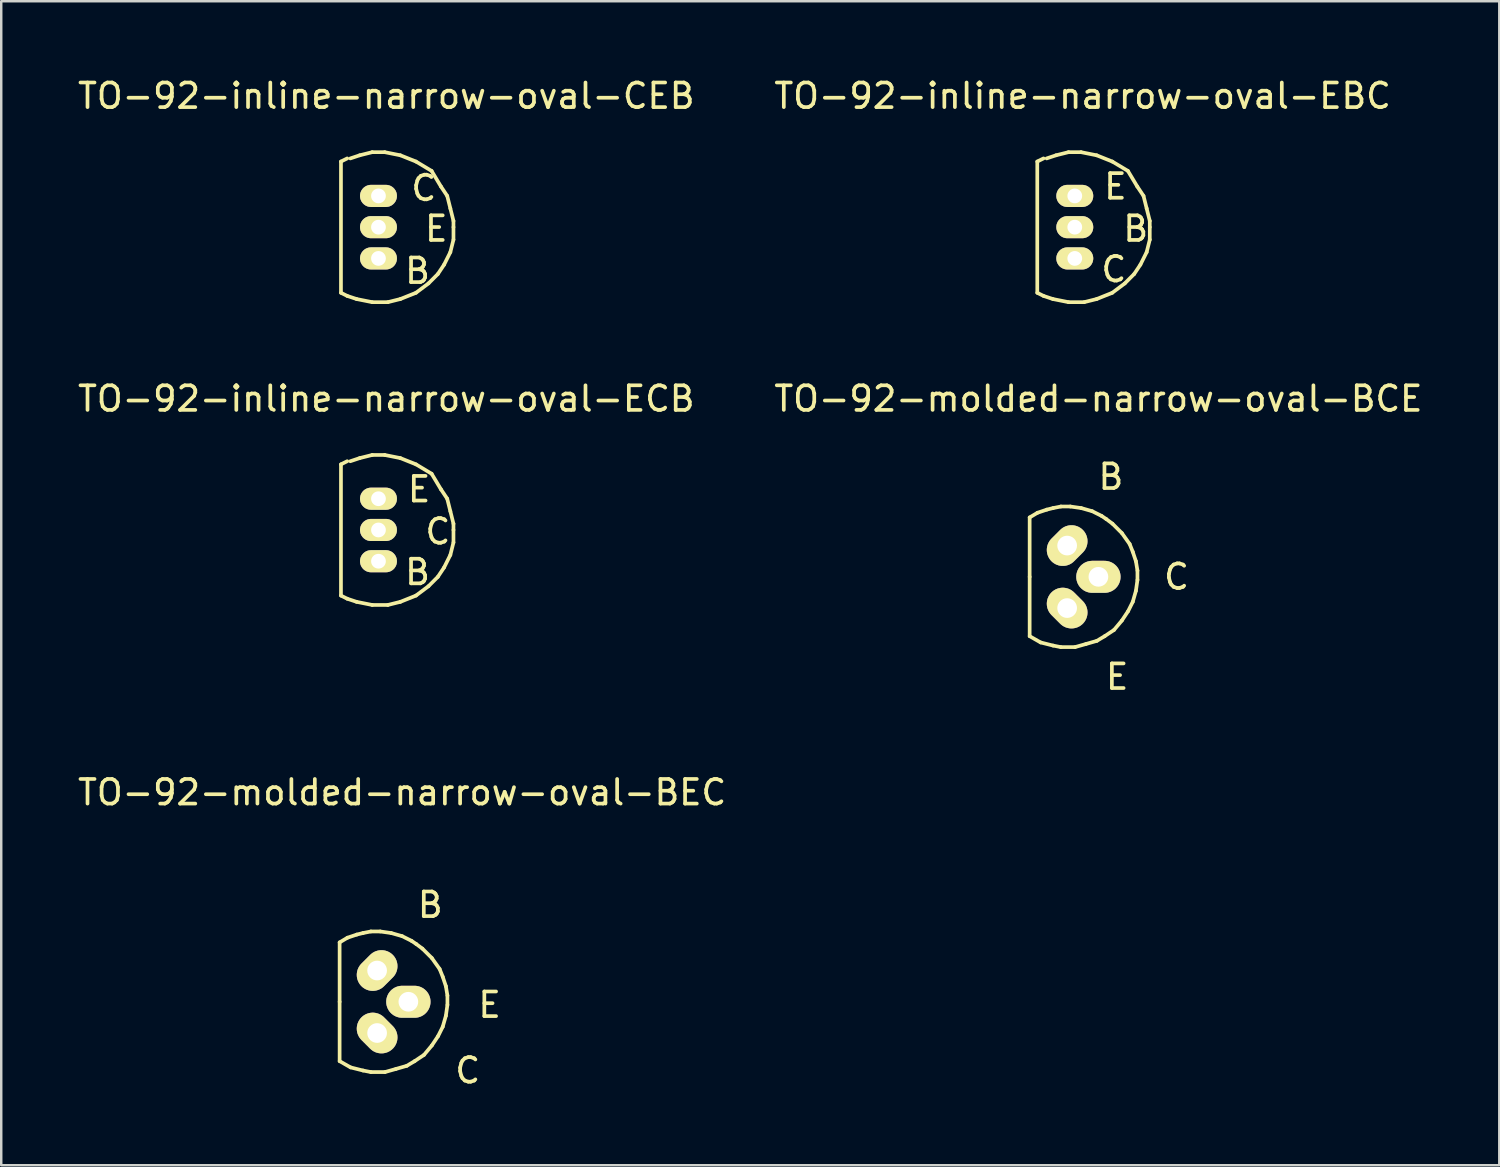
<source format=kicad_pcb>
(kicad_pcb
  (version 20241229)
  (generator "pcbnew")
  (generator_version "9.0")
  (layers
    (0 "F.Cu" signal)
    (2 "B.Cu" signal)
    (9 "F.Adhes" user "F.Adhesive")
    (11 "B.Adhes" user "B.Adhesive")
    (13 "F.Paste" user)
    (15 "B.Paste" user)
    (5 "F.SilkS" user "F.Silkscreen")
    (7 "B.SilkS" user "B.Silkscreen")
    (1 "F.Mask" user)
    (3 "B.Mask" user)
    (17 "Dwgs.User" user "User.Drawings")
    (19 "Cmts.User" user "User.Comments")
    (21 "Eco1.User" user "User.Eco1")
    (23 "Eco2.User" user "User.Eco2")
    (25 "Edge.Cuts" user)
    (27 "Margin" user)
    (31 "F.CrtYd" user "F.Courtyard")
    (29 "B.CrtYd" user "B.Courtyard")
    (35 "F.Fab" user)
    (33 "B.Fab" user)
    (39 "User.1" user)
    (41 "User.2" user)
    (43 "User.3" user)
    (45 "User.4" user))
  (footprint "TO-92-molded-narrow-oval-BEC"
    (layer "F.Cu")
    (at 12.276 37.662)
    (property "Reference" "TO-92-molded-narrow-oval-BEC" (at 1.016 -8.509 0) (layer "F.SilkS") (effects (font (size 1 1) (thickness 0.15))))
    (attr through_hole)
    (fp_line (start -1.524 -2.413) (end -1.206 -2.603) (stroke (width 0.15) (type solid)) (layer "F.SilkS"))
    (fp_line (start -1.524 0) (end -1.524 -2.413) (stroke (width 0.15) (type solid)) (layer "F.SilkS"))
    (fp_line (start -1.524 0) (end -1.524 2.413) (stroke (width 0.15) (type solid)) (layer "F.SilkS"))
    (fp_line (start -1.206 -2.603) (end -0.826 -2.731) (stroke (width 0.15) (type solid)) (layer "F.SilkS"))
    (fp_line (start -1.079 2.667) (end -1.524 2.413) (stroke (width 0.15) (type solid)) (layer "F.SilkS"))
    (fp_line (start -0.826 -2.731) (end -0.572 -2.794) (stroke (width 0.15) (type solid)) (layer "F.SilkS"))
    (fp_line (start -0.572 -2.794) (end -0.254 -2.857) (stroke (width 0.15) (type solid)) (layer "F.SilkS"))
    (fp_line (start -0.572 2.794) (end -1.079 2.667) (stroke (width 0.15) (type solid)) (layer "F.SilkS"))
    (fp_line (start -0.254 -2.857) (end 0.127 -2.857) (stroke (width 0.15) (type solid)) (layer "F.SilkS"))
    (fp_line (start -0.254 2.857) (end -0.572 2.794) (stroke (width 0.15) (type solid)) (layer "F.SilkS"))
    (fp_line (start 0.127 -2.857) (end 0.572 -2.794) (stroke (width 0.15) (type solid)) (layer "F.SilkS"))
    (fp_line (start 0.318 2.857) (end -0.254 2.857) (stroke (width 0.15) (type solid)) (layer "F.SilkS"))
    (fp_line (start 0.572 -2.794) (end 1.016 -2.667) (stroke (width 0.15) (type solid)) (layer "F.SilkS"))
    (fp_line (start 0.762 2.731) (end 0.318 2.857) (stroke (width 0.15) (type solid)) (layer "F.SilkS"))
    (fp_line (start 1.016 -2.667) (end 1.397 -2.477) (stroke (width 0.15) (type solid)) (layer "F.SilkS"))
    (fp_line (start 1.206 2.603) (end 0.762 2.731) (stroke (width 0.15) (type solid)) (layer "F.SilkS"))
    (fp_line (start 1.397 -2.477) (end 1.587 -2.349) (stroke (width 0.15) (type solid)) (layer "F.SilkS"))
    (fp_line (start 1.524 2.413) (end 1.206 2.603) (stroke (width 0.15) (type solid)) (layer "F.SilkS"))
    (fp_line (start 1.587 -2.349) (end 1.841 -2.159) (stroke (width 0.15) (type solid)) (layer "F.SilkS"))
    (fp_line (start 1.841 -2.159) (end 2.223 -1.778) (stroke (width 0.15) (type solid)) (layer "F.SilkS"))
    (fp_line (start 1.905 2.159) (end 1.524 2.413) (stroke (width 0.15) (type solid)) (layer "F.SilkS"))
    (fp_line (start 2.223 -1.778) (end 2.54 -1.333) (stroke (width 0.15) (type solid)) (layer "F.SilkS"))
    (fp_line (start 2.223 1.778) (end 1.905 2.159) (stroke (width 0.15) (type solid)) (layer "F.SilkS"))
    (fp_line (start 2.477 1.397) (end 2.223 1.778) (stroke (width 0.15) (type solid)) (layer "F.SilkS"))
    (fp_line (start 2.54 -1.333) (end 2.667 -1.016) (stroke (width 0.15) (type solid)) (layer "F.SilkS"))
    (fp_line (start 2.667 -1.016) (end 2.794 -0.635) (stroke (width 0.15) (type solid)) (layer "F.SilkS"))
    (fp_line (start 2.667 1.016) (end 2.477 1.397) (stroke (width 0.15) (type solid)) (layer "F.SilkS"))
    (fp_line (start 2.794 -0.635) (end 2.857 -0.254) (stroke (width 0.15) (type solid)) (layer "F.SilkS"))
    (fp_line (start 2.794 0.572) (end 2.667 1.016) (stroke (width 0.15) (type solid)) (layer "F.SilkS"))
    (fp_line (start 2.857 -0.254) (end 2.857 0.127) (stroke (width 0.15) (type solid)) (layer "F.SilkS"))
    (fp_line (start 2.857 0.127) (end 2.794 0.572) (stroke (width 0.15) (type solid)) (layer "F.SilkS"))
    (fp_text user "C" (at 3.683 2.794 0) (layer "F.SilkS") (effects (font (size 1 1) (thickness 0.15))))
    (fp_text user "E" (at 4.572 0.127 0) (layer "F.SilkS") (effects (font (size 1 1) (thickness 0.15))))
    (fp_text user "B" (at 2.159 -3.937 0) (layer "F.SilkS") (effects (font (size 1 1) (thickness 0.15))))
    (pad "B" thru_hole oval (at 0 -1.27 315) (size 1.3 1.801) (drill 0.8) (layers "*.Cu" "*.Mask" "F.SilkS"))
    (pad "C" thru_hole oval (at 0 1.27 315) (size 1.801 1.3) (drill 0.8) (layers "*.Cu" "*.Mask" "F.SilkS"))
    (pad "E" thru_hole oval (at 1.27 0) (size 1.801 1.3) (drill 0.8) (layers "*.Cu" "*.Mask" "F.SilkS")))
  (footprint "TO-92-molded-narrow-oval-BCE"
    (layer "F.Cu")
    (at 40.319 20.392)
    (property "Reference" "TO-92-molded-narrow-oval-BCE" (at 1.27 -7.239 0) (layer "F.SilkS") (effects (font (size 1 1) (thickness 0.15))))
    (attr through_hole)
    (fp_line (start -1.524 -2.413) (end -1.206 -2.603) (stroke (width 0.15) (type solid)) (layer "F.SilkS"))
    (fp_line (start -1.524 0) (end -1.524 -2.413) (stroke (width 0.15) (type solid)) (layer "F.SilkS"))
    (fp_line (start -1.524 0) (end -1.524 2.413) (stroke (width 0.15) (type solid)) (layer "F.SilkS"))
    (fp_line (start -1.206 -2.603) (end -0.826 -2.731) (stroke (width 0.15) (type solid)) (layer "F.SilkS"))
    (fp_line (start -1.079 2.667) (end -1.524 2.413) (stroke (width 0.15) (type solid)) (layer "F.SilkS"))
    (fp_line (start -0.826 -2.731) (end -0.572 -2.794) (stroke (width 0.15) (type solid)) (layer "F.SilkS"))
    (fp_line (start -0.572 -2.794) (end -0.254 -2.857) (stroke (width 0.15) (type solid)) (layer "F.SilkS"))
    (fp_line (start -0.572 2.794) (end -1.079 2.667) (stroke (width 0.15) (type solid)) (layer "F.SilkS"))
    (fp_line (start -0.254 -2.857) (end 0.127 -2.857) (stroke (width 0.15) (type solid)) (layer "F.SilkS"))
    (fp_line (start -0.254 2.857) (end -0.572 2.794) (stroke (width 0.15) (type solid)) (layer "F.SilkS"))
    (fp_line (start 0.127 -2.857) (end 0.572 -2.794) (stroke (width 0.15) (type solid)) (layer "F.SilkS"))
    (fp_line (start 0.318 2.857) (end -0.254 2.857) (stroke (width 0.15) (type solid)) (layer "F.SilkS"))
    (fp_line (start 0.572 -2.794) (end 1.016 -2.667) (stroke (width 0.15) (type solid)) (layer "F.SilkS"))
    (fp_line (start 0.762 2.731) (end 0.318 2.857) (stroke (width 0.15) (type solid)) (layer "F.SilkS"))
    (fp_line (start 1.016 -2.667) (end 1.397 -2.477) (stroke (width 0.15) (type solid)) (layer "F.SilkS"))
    (fp_line (start 1.206 2.603) (end 0.762 2.731) (stroke (width 0.15) (type solid)) (layer "F.SilkS"))
    (fp_line (start 1.397 -2.477) (end 1.587 -2.349) (stroke (width 0.15) (type solid)) (layer "F.SilkS"))
    (fp_line (start 1.524 2.413) (end 1.206 2.603) (stroke (width 0.15) (type solid)) (layer "F.SilkS"))
    (fp_line (start 1.587 -2.349) (end 1.841 -2.159) (stroke (width 0.15) (type solid)) (layer "F.SilkS"))
    (fp_line (start 1.841 -2.159) (end 2.223 -1.778) (stroke (width 0.15) (type solid)) (layer "F.SilkS"))
    (fp_line (start 1.905 2.159) (end 1.524 2.413) (stroke (width 0.15) (type solid)) (layer "F.SilkS"))
    (fp_line (start 2.223 -1.778) (end 2.54 -1.333) (stroke (width 0.15) (type solid)) (layer "F.SilkS"))
    (fp_line (start 2.223 1.778) (end 1.905 2.159) (stroke (width 0.15) (type solid)) (layer "F.SilkS"))
    (fp_line (start 2.477 1.397) (end 2.223 1.778) (stroke (width 0.15) (type solid)) (layer "F.SilkS"))
    (fp_line (start 2.54 -1.333) (end 2.667 -1.016) (stroke (width 0.15) (type solid)) (layer "F.SilkS"))
    (fp_line (start 2.667 -1.016) (end 2.794 -0.635) (stroke (width 0.15) (type solid)) (layer "F.SilkS"))
    (fp_line (start 2.667 1.016) (end 2.477 1.397) (stroke (width 0.15) (type solid)) (layer "F.SilkS"))
    (fp_line (start 2.794 -0.635) (end 2.857 -0.254) (stroke (width 0.15) (type solid)) (layer "F.SilkS"))
    (fp_line (start 2.794 0.572) (end 2.667 1.016) (stroke (width 0.15) (type solid)) (layer "F.SilkS"))
    (fp_line (start 2.857 -0.254) (end 2.857 0.127) (stroke (width 0.15) (type solid)) (layer "F.SilkS"))
    (fp_line (start 2.857 0.127) (end 2.794 0.572) (stroke (width 0.15) (type solid)) (layer "F.SilkS"))
    (fp_text user "B" (at 1.778 -4.064 0) (layer "F.SilkS") (effects (font (size 1 1) (thickness 0.15))))
    (fp_text user "E" (at 2.032 4.064 0) (layer "F.SilkS") (effects (font (size 1 1) (thickness 0.15))))
    (fp_text user "C" (at 4.445 0 0) (layer "F.SilkS") (effects (font (size 1 1) (thickness 0.15))))
    (pad "B" thru_hole oval (at 0 -1.27 315) (size 1.3 1.801) (drill 0.8) (layers "*.Cu" "*.Mask" "F.SilkS"))
    (pad "C" thru_hole oval (at 1.27 0) (size 1.801 1.3) (drill 0.8) (layers "*.Cu" "*.Mask" "F.SilkS"))
    (pad "E" thru_hole oval (at 0 1.27 315) (size 1.801 1.3) (drill 0.8) (layers "*.Cu" "*.Mask" "F.SilkS")))
  (footprint "TO-92-inline-narrow-oval-CEB"
    (layer "F.Cu")
    (at 12.331 6.182)
    (property "Reference" "TO-92-inline-narrow-oval-CEB" (at 0.318 -5.334 0) (layer "F.SilkS") (effects (font (size 1 1) (thickness 0.15))))
    (attr through_hole)
    (fp_line (start -1.524 -2.667) (end -1.524 2.667) (stroke (width 0.15) (type solid)) (layer "F.SilkS"))
    (fp_line (start -1.524 -2.667) (end -1.27 -2.794) (stroke (width 0.15) (type solid)) (layer "F.SilkS"))
    (fp_line (start -1.27 2.794) (end -1.524 2.667) (stroke (width 0.15) (type solid)) (layer "F.SilkS"))
    (fp_line (start -1.143 -2.794) (end -0.762 -2.921) (stroke (width 0.15) (type solid)) (layer "F.SilkS"))
    (fp_line (start -0.889 2.921) (end -1.27 2.794) (stroke (width 0.15) (type solid)) (layer "F.SilkS"))
    (fp_line (start -0.762 -2.921) (end -0.254 -3.048) (stroke (width 0.15) (type solid)) (layer "F.SilkS"))
    (fp_line (start -0.254 -3.048) (end 0.254 -3.048) (stroke (width 0.15) (type solid)) (layer "F.SilkS"))
    (fp_line (start -0.254 3.048) (end -0.889 2.921) (stroke (width 0.15) (type solid)) (layer "F.SilkS"))
    (fp_line (start 0.254 -3.048) (end 0.889 -2.921) (stroke (width 0.15) (type solid)) (layer "F.SilkS"))
    (fp_line (start 0.381 3.048) (end -0.254 3.048) (stroke (width 0.15) (type solid)) (layer "F.SilkS"))
    (fp_line (start 0.889 -2.921) (end 1.524 -2.667) (stroke (width 0.15) (type solid)) (layer "F.SilkS"))
    (fp_line (start 0.889 2.921) (end 0.381 3.048) (stroke (width 0.15) (type solid)) (layer "F.SilkS"))
    (fp_line (start 1.524 -2.667) (end 2.159 -2.286) (stroke (width 0.15) (type solid)) (layer "F.SilkS"))
    (fp_line (start 1.524 2.667) (end 0.889 2.921) (stroke (width 0.15) (type solid)) (layer "F.SilkS"))
    (fp_line (start 2.032 2.286) (end 1.524 2.667) (stroke (width 0.15) (type solid)) (layer "F.SilkS"))
    (fp_line (start 2.159 -2.286) (end 2.54 -1.651) (stroke (width 0.15) (type solid)) (layer "F.SilkS"))
    (fp_line (start 2.413 1.905) (end 2.032 2.286) (stroke (width 0.15) (type solid)) (layer "F.SilkS"))
    (fp_line (start 2.54 -1.651) (end 2.794 -1.27) (stroke (width 0.15) (type solid)) (layer "F.SilkS"))
    (fp_line (start 2.667 1.524) (end 2.413 1.905) (stroke (width 0.15) (type solid)) (layer "F.SilkS"))
    (fp_line (start 2.794 -1.27) (end 2.921 -0.762) (stroke (width 0.15) (type solid)) (layer "F.SilkS"))
    (fp_line (start 2.921 -0.762) (end 3.048 -0.254) (stroke (width 0.15) (type solid)) (layer "F.SilkS"))
    (fp_line (start 2.921 1.016) (end 2.667 1.524) (stroke (width 0.15) (type solid)) (layer "F.SilkS"))
    (fp_line (start 3.048 -0.254) (end 3.048 0) (stroke (width 0.15) (type solid)) (layer "F.SilkS"))
    (fp_line (start 3.048 0) (end 3.048 0.508) (stroke (width 0.15) (type solid)) (layer "F.SilkS"))
    (fp_line (start 3.048 0.508) (end 2.921 1.016) (stroke (width 0.15) (type solid)) (layer "F.SilkS"))
    (fp_text user "B" (at 1.587 1.778 0) (layer "F.SilkS") (effects (font (size 1 1) (thickness 0.15))))
    (fp_text user "E" (at 2.349 0.064 0) (layer "F.SilkS") (effects (font (size 1 1) (thickness 0.15))))
    (fp_text user "C" (at 1.841 -1.587 0) (layer "F.SilkS") (effects (font (size 1 1) (thickness 0.15))))
    (pad "B" thru_hole oval (at 0 1.27 90) (size 0.899 1.501) (drill 0.599) (layers "*.Cu" "*.Mask" "F.SilkS"))
    (pad "C" thru_hole oval (at 0 -1.27 90) (size 0.899 1.501) (drill 0.599) (layers "*.Cu" "*.Mask" "F.SilkS"))
    (pad "E" thru_hole oval (at 0 0 90) (size 0.899 1.501) (drill 0.599) (layers "*.Cu" "*.Mask" "F.SilkS")))
  (footprint "TO-92-inline-narrow-oval-EBC"
    (layer "F.Cu")
    (at 40.629 6.182)
    (property "Reference" "TO-92-inline-narrow-oval-EBC" (at 0.318 -5.334 0) (layer "F.SilkS") (effects (font (size 1 1) (thickness 0.15))))
    (attr through_hole)
    (fp_line (start -1.524 -2.667) (end -1.524 2.667) (stroke (width 0.15) (type solid)) (layer "F.SilkS"))
    (fp_line (start -1.524 -2.667) (end -1.27 -2.794) (stroke (width 0.15) (type solid)) (layer "F.SilkS"))
    (fp_line (start -1.27 2.794) (end -1.524 2.667) (stroke (width 0.15) (type solid)) (layer "F.SilkS"))
    (fp_line (start -1.143 -2.794) (end -0.762 -2.921) (stroke (width 0.15) (type solid)) (layer "F.SilkS"))
    (fp_line (start -0.889 2.921) (end -1.27 2.794) (stroke (width 0.15) (type solid)) (layer "F.SilkS"))
    (fp_line (start -0.762 -2.921) (end -0.254 -3.048) (stroke (width 0.15) (type solid)) (layer "F.SilkS"))
    (fp_line (start -0.254 -3.048) (end 0.254 -3.048) (stroke (width 0.15) (type solid)) (layer "F.SilkS"))
    (fp_line (start -0.254 3.048) (end -0.889 2.921) (stroke (width 0.15) (type solid)) (layer "F.SilkS"))
    (fp_line (start 0.254 -3.048) (end 0.889 -2.921) (stroke (width 0.15) (type solid)) (layer "F.SilkS"))
    (fp_line (start 0.381 3.048) (end -0.254 3.048) (stroke (width 0.15) (type solid)) (layer "F.SilkS"))
    (fp_line (start 0.889 -2.921) (end 1.524 -2.667) (stroke (width 0.15) (type solid)) (layer "F.SilkS"))
    (fp_line (start 0.889 2.921) (end 0.381 3.048) (stroke (width 0.15) (type solid)) (layer "F.SilkS"))
    (fp_line (start 1.524 -2.667) (end 2.159 -2.286) (stroke (width 0.15) (type solid)) (layer "F.SilkS"))
    (fp_line (start 1.524 2.667) (end 0.889 2.921) (stroke (width 0.15) (type solid)) (layer "F.SilkS"))
    (fp_line (start 2.032 2.286) (end 1.524 2.667) (stroke (width 0.15) (type solid)) (layer "F.SilkS"))
    (fp_line (start 2.159 -2.286) (end 2.54 -1.651) (stroke (width 0.15) (type solid)) (layer "F.SilkS"))
    (fp_line (start 2.413 1.905) (end 2.032 2.286) (stroke (width 0.15) (type solid)) (layer "F.SilkS"))
    (fp_line (start 2.54 -1.651) (end 2.794 -1.27) (stroke (width 0.15) (type solid)) (layer "F.SilkS"))
    (fp_line (start 2.667 1.524) (end 2.413 1.905) (stroke (width 0.15) (type solid)) (layer "F.SilkS"))
    (fp_line (start 2.794 -1.27) (end 2.921 -0.762) (stroke (width 0.15) (type solid)) (layer "F.SilkS"))
    (fp_line (start 2.921 -0.762) (end 3.048 -0.254) (stroke (width 0.15) (type solid)) (layer "F.SilkS"))
    (fp_line (start 2.921 1.016) (end 2.667 1.524) (stroke (width 0.15) (type solid)) (layer "F.SilkS"))
    (fp_line (start 3.048 -0.254) (end 3.048 0) (stroke (width 0.15) (type solid)) (layer "F.SilkS"))
    (fp_line (start 3.048 0) (end 3.048 0.508) (stroke (width 0.15) (type solid)) (layer "F.SilkS"))
    (fp_line (start 3.048 0.508) (end 2.921 1.016) (stroke (width 0.15) (type solid)) (layer "F.SilkS"))
    (fp_text user "C" (at 1.587 1.714 0) (layer "F.SilkS") (effects (font (size 1 1) (thickness 0.15))))
    (fp_text user "E" (at 1.651 -1.651 0) (layer "F.SilkS") (effects (font (size 1 1) (thickness 0.15))))
    (fp_text user "B" (at 2.477 0.064 0) (layer "F.SilkS") (effects (font (size 1 1) (thickness 0.15))))
    (pad "B" thru_hole oval (at 0 0 90) (size 0.899 1.501) (drill 0.599) (layers "*.Cu" "*.Mask" "F.SilkS"))
    (pad "C" thru_hole oval (at 0 1.27 90) (size 0.899 1.501) (drill 0.599) (layers "*.Cu" "*.Mask" "F.SilkS"))
    (pad "E" thru_hole oval (at 0 -1.27 90) (size 0.899 1.501) (drill 0.599) (layers "*.Cu" "*.Mask" "F.SilkS")))
  (footprint "TO-92-inline-narrow-oval-ECB"
    (layer "F.Cu")
    (at 12.331 18.488)
    (property "Reference" "TO-92-inline-narrow-oval-ECB" (at 0.318 -5.334 0) (layer "F.SilkS") (effects (font (size 1 1) (thickness 0.15))))
    (attr through_hole)
    (fp_line (start -1.524 -2.667) (end -1.524 2.667) (stroke (width 0.15) (type solid)) (layer "F.SilkS"))
    (fp_line (start -1.524 -2.667) (end -1.27 -2.794) (stroke (width 0.15) (type solid)) (layer "F.SilkS"))
    (fp_line (start -1.27 2.794) (end -1.524 2.667) (stroke (width 0.15) (type solid)) (layer "F.SilkS"))
    (fp_line (start -1.143 -2.794) (end -0.762 -2.921) (stroke (width 0.15) (type solid)) (layer "F.SilkS"))
    (fp_line (start -0.889 2.921) (end -1.27 2.794) (stroke (width 0.15) (type solid)) (layer "F.SilkS"))
    (fp_line (start -0.762 -2.921) (end -0.254 -3.048) (stroke (width 0.15) (type solid)) (layer "F.SilkS"))
    (fp_line (start -0.254 -3.048) (end 0.254 -3.048) (stroke (width 0.15) (type solid)) (layer "F.SilkS"))
    (fp_line (start -0.254 3.048) (end -0.889 2.921) (stroke (width 0.15) (type solid)) (layer "F.SilkS"))
    (fp_line (start 0.254 -3.048) (end 0.889 -2.921) (stroke (width 0.15) (type solid)) (layer "F.SilkS"))
    (fp_line (start 0.381 3.048) (end -0.254 3.048) (stroke (width 0.15) (type solid)) (layer "F.SilkS"))
    (fp_line (start 0.889 -2.921) (end 1.524 -2.667) (stroke (width 0.15) (type solid)) (layer "F.SilkS"))
    (fp_line (start 0.889 2.921) (end 0.381 3.048) (stroke (width 0.15) (type solid)) (layer "F.SilkS"))
    (fp_line (start 1.524 -2.667) (end 2.159 -2.286) (stroke (width 0.15) (type solid)) (layer "F.SilkS"))
    (fp_line (start 1.524 2.667) (end 0.889 2.921) (stroke (width 0.15) (type solid)) (layer "F.SilkS"))
    (fp_line (start 2.032 2.286) (end 1.524 2.667) (stroke (width 0.15) (type solid)) (layer "F.SilkS"))
    (fp_line (start 2.159 -2.286) (end 2.54 -1.651) (stroke (width 0.15) (type solid)) (layer "F.SilkS"))
    (fp_line (start 2.413 1.905) (end 2.032 2.286) (stroke (width 0.15) (type solid)) (layer "F.SilkS"))
    (fp_line (start 2.54 -1.651) (end 2.794 -1.27) (stroke (width 0.15) (type solid)) (layer "F.SilkS"))
    (fp_line (start 2.667 1.524) (end 2.413 1.905) (stroke (width 0.15) (type solid)) (layer "F.SilkS"))
    (fp_line (start 2.794 -1.27) (end 2.921 -0.762) (stroke (width 0.15) (type solid)) (layer "F.SilkS"))
    (fp_line (start 2.921 -0.762) (end 3.048 -0.254) (stroke (width 0.15) (type solid)) (layer "F.SilkS"))
    (fp_line (start 2.921 1.016) (end 2.667 1.524) (stroke (width 0.15) (type solid)) (layer "F.SilkS"))
    (fp_line (start 3.048 -0.254) (end 3.048 0) (stroke (width 0.15) (type solid)) (layer "F.SilkS"))
    (fp_line (start 3.048 0) (end 3.048 0.508) (stroke (width 0.15) (type solid)) (layer "F.SilkS"))
    (fp_line (start 3.048 0.508) (end 2.921 1.016) (stroke (width 0.15) (type solid)) (layer "F.SilkS"))
    (fp_text user "C" (at 2.413 0.064 0) (layer "F.SilkS") (effects (font (size 1 1) (thickness 0.15))))
    (fp_text user "E" (at 1.651 -1.651 0) (layer "F.SilkS") (effects (font (size 1 1) (thickness 0.15))))
    (fp_text user "B" (at 1.587 1.714 0) (layer "F.SilkS") (effects (font (size 1 1) (thickness 0.15))))
    (pad "B" thru_hole oval (at 0 1.27 90) (size 0.899 1.501) (drill 0.599) (layers "*.Cu" "*.Mask" "F.SilkS"))
    (pad "C" thru_hole oval (at 0 0 90) (size 0.899 1.501) (drill 0.599) (layers "*.Cu" "*.Mask" "F.SilkS"))
    (pad "E" thru_hole oval (at 0 -1.27 90) (size 0.899 1.501) (drill 0.599) (layers "*.Cu" "*.Mask" "F.SilkS")))
  (gr_rect
    (start -3 -3)
    (end 57.881 44.304)
    (stroke (width 0.1) (type default))
    (fill no)
    (layer "Edge.Cuts")))
</source>
